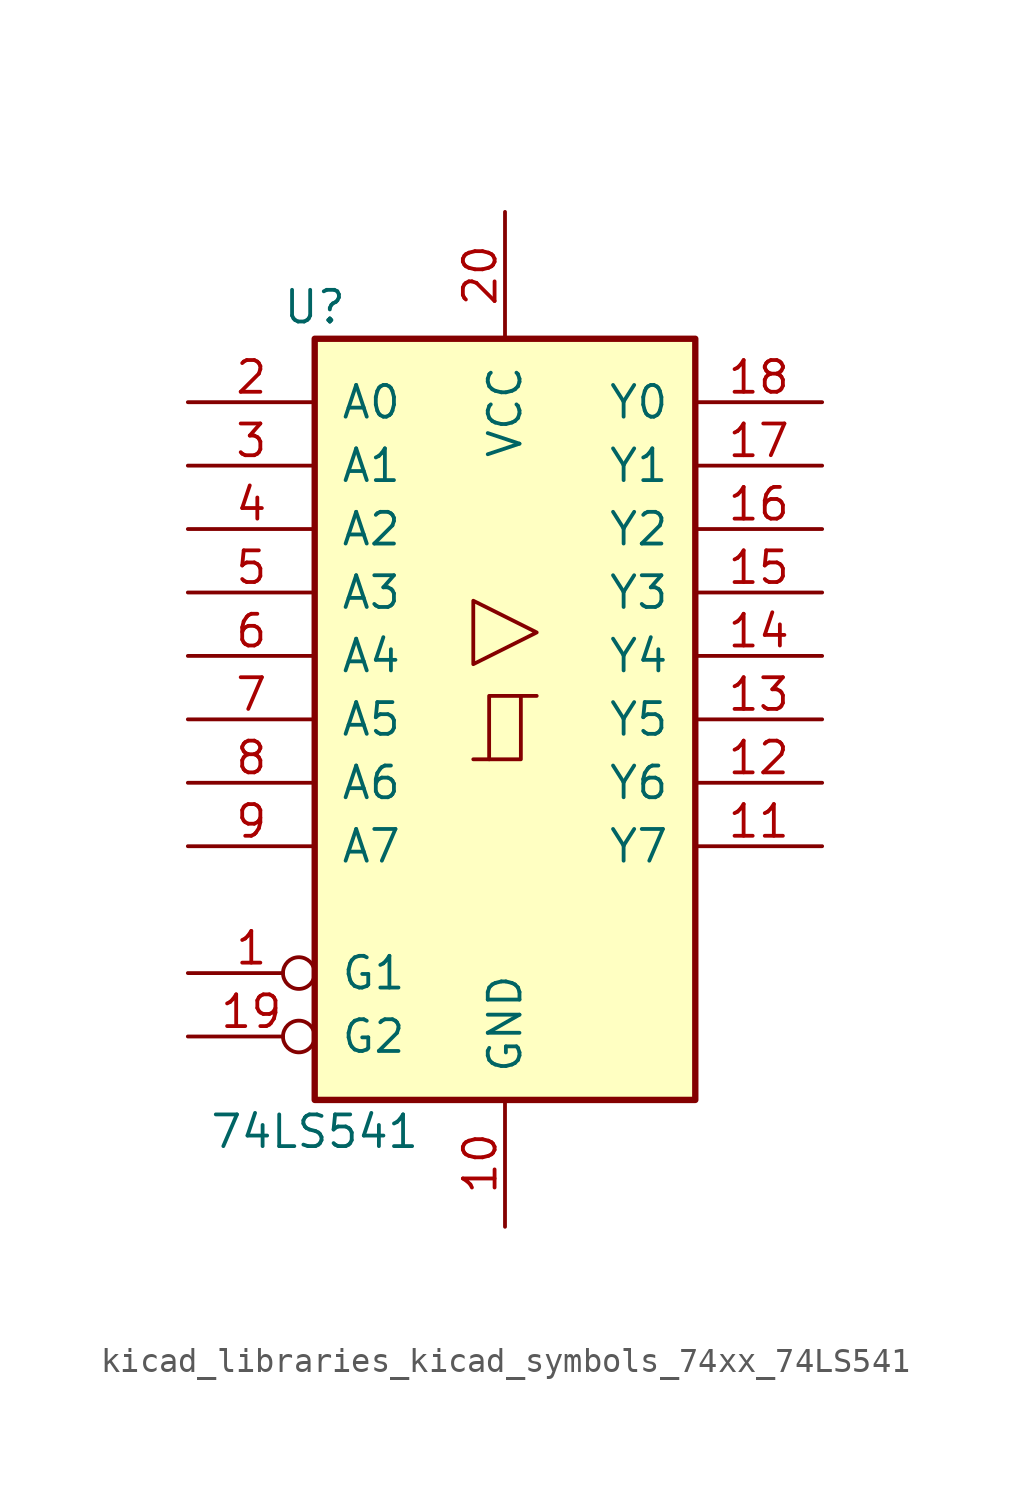
<source format=kicad_sym>
(kicad_symbol_lib
  (version 20220914)
  (generator kicad_symbol_editor)
  (symbol "kicad_libraries_kicad_symbols_74xx_74LS541"
    (pin_names
      (offset 1.016))
    (property "Reference" "U"
      (at -7.62 16.51 0)
      (effects (font (size 1.27 1.27))))
    (property "Value" "74LS541"
      (at -7.62 -16.51 0)
      (effects (font (size 1.27 1.27))))
    (property "ki_locked" ""
      (at 0 0 0)
      (effects (font (size 1.27 1.27))))
    (symbol "kicad_libraries_kicad_symbols_74xx_74LS541_1_0"
      (polyline (pts (xy -0.635 -1.6) (xy -0.635 0.94) (xy 0.635 0.94)) (stroke (width 0) (type default)) (fill (type none)))
      (polyline (pts (xy -1.27 -1.6) (xy 0.635 -1.6) (xy 0.635 0.94) (xy 1.27 0.94)) (stroke (width 0) (type default)) (fill (type none)))
      (polyline (pts (xy 1.27 3.48) (xy -1.27 4.75) (xy -1.27 2.21) (xy 1.27 3.48)) (stroke (width 0.152) (type default)) (fill (type none)))
      (pin input inverted (at -12.7 -10.16 0) (length 5.08) (name "G1" (effects (font (size 1.27 1.27)))) (number "1" (effects (font (size 1.27 1.27)))))
      (pin power_in line (at 0 -20.32 90) (length 5.08) (name "GND" (effects (font (size 1.27 1.27)))) (number "10" (effects (font (size 1.27 1.27)))))
      (pin tri_state line (at 12.7 -5.08 180) (length 5.08) (name "Y7" (effects (font (size 1.27 1.27)))) (number "11" (effects (font (size 1.27 1.27)))))
      (pin tri_state line (at 12.7 -2.54 180) (length 5.08) (name "Y6" (effects (font (size 1.27 1.27)))) (number "12" (effects (font (size 1.27 1.27)))))
      (pin tri_state line (at 12.7 0 180) (length 5.08) (name "Y5" (effects (font (size 1.27 1.27)))) (number "13" (effects (font (size 1.27 1.27)))))
      (pin tri_state line (at 12.7 2.54 180) (length 5.08) (name "Y4" (effects (font (size 1.27 1.27)))) (number "14" (effects (font (size 1.27 1.27)))))
      (pin tri_state line (at 12.7 5.08 180) (length 5.08) (name "Y3" (effects (font (size 1.27 1.27)))) (number "15" (effects (font (size 1.27 1.27)))))
      (pin tri_state line (at 12.7 7.62 180) (length 5.08) (name "Y2" (effects (font (size 1.27 1.27)))) (number "16" (effects (font (size 1.27 1.27)))))
      (pin tri_state line (at 12.7 10.16 180) (length 5.08) (name "Y1" (effects (font (size 1.27 1.27)))) (number "17" (effects (font (size 1.27 1.27)))))
      (pin tri_state line (at 12.7 12.7 180) (length 5.08) (name "Y0" (effects (font (size 1.27 1.27)))) (number "18" (effects (font (size 1.27 1.27)))))
      (pin input inverted (at -12.7 -12.7 0) (length 5.08) (name "G2" (effects (font (size 1.27 1.27)))) (number "19" (effects (font (size 1.27 1.27)))))
      (pin input line (at -12.7 12.7 0) (length 5.08) (name "A0" (effects (font (size 1.27 1.27)))) (number "2" (effects (font (size 1.27 1.27)))))
      (pin power_in line (at 0 20.32 270) (length 5.08) (name "VCC" (effects (font (size 1.27 1.27)))) (number "20" (effects (font (size 1.27 1.27)))))
      (pin input line (at -12.7 10.16 0) (length 5.08) (name "A1" (effects (font (size 1.27 1.27)))) (number "3" (effects (font (size 1.27 1.27)))))
      (pin input line (at -12.7 7.62 0) (length 5.08) (name "A2" (effects (font (size 1.27 1.27)))) (number "4" (effects (font (size 1.27 1.27)))))
      (pin input line (at -12.7 5.08 0) (length 5.08) (name "A3" (effects (font (size 1.27 1.27)))) (number "5" (effects (font (size 1.27 1.27)))))
      (pin input line (at -12.7 2.54 0) (length 5.08) (name "A4" (effects (font (size 1.27 1.27)))) (number "6" (effects (font (size 1.27 1.27)))))
      (pin input line (at -12.7 0 0) (length 5.08) (name "A5" (effects (font (size 1.27 1.27)))) (number "7" (effects (font (size 1.27 1.27)))))
      (pin input line (at -12.7 -2.54 0) (length 5.08) (name "A6" (effects (font (size 1.27 1.27)))) (number "8" (effects (font (size 1.27 1.27)))))
      (pin input line (at -12.7 -5.08 0) (length 5.08) (name "A7" (effects (font (size 1.27 1.27)))) (number "9" (effects (font (size 1.27 1.27))))))
    (symbol "kicad_libraries_kicad_symbols_74xx_74LS541_1_1"
      (rectangle (start -7.62 15.24) (end 7.62 -15.24) (stroke (width 0.254) (type default)) (fill (type background))))))
</source>
